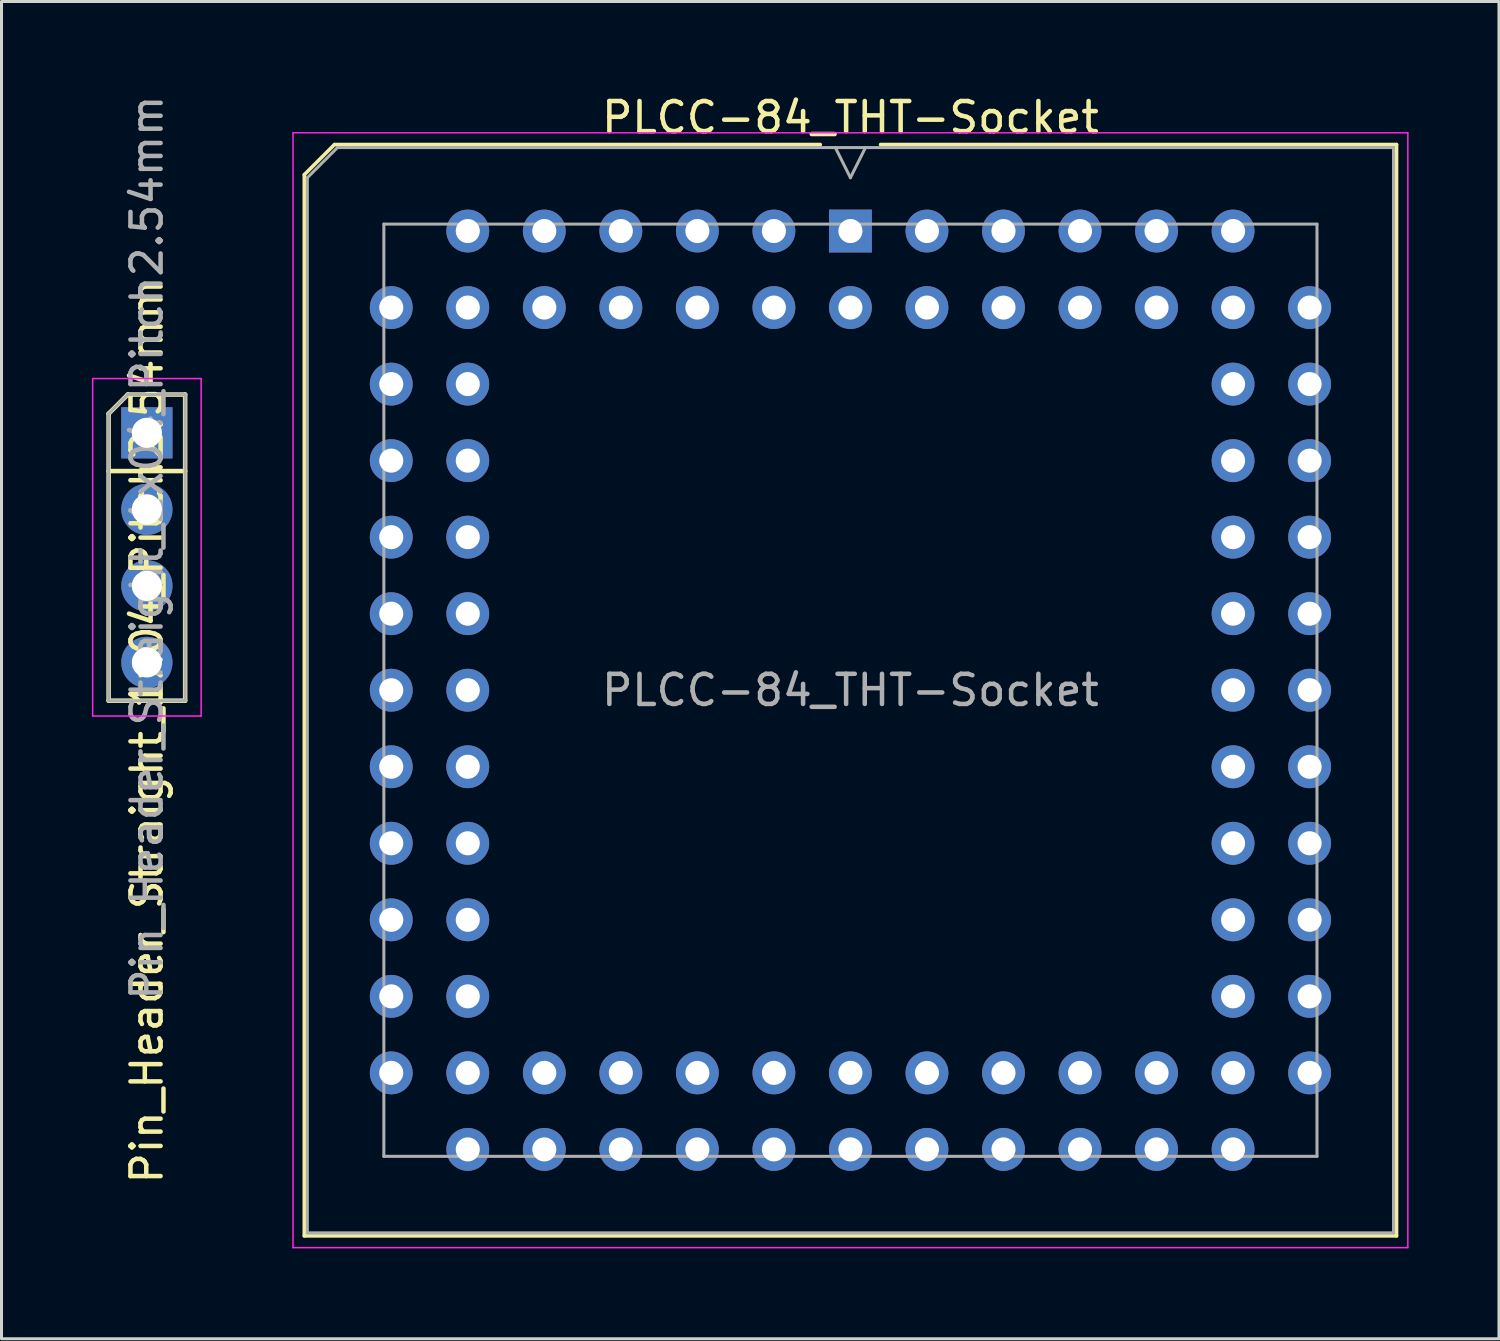
<source format=kicad_pcb>
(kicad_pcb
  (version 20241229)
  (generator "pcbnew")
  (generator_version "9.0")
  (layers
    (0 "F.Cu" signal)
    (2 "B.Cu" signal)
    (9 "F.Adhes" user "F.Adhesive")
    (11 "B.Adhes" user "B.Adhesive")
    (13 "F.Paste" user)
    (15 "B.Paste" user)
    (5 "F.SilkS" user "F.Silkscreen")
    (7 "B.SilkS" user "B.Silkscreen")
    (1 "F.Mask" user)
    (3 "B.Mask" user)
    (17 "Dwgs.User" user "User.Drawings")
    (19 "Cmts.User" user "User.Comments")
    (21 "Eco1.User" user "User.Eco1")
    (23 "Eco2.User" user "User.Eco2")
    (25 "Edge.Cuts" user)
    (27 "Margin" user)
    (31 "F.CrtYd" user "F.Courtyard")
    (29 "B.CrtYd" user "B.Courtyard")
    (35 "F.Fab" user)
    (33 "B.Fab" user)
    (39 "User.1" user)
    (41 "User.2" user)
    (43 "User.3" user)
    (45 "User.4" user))
  (footprint "Pin_Header_Straight_1x04_Pitch2.54mm"
    (layer "F.Cu")
    (at 1.825 11.315)
    (property "Reference" "Pin_Header_Straight_1x04_Pitch2.54mm" (at 0 9.906 90) (layer "F.SilkS") (effects (font (size 1 1) (thickness 0.15))))
    (attr through_hole)
    (fp_line (start -1.27 -0.635) (end -1.27 8.89) (stroke (width 0.15) (type solid)) (layer "F.SilkS"))
    (fp_line (start -1.27 8.89) (end 1.27 8.89) (stroke (width 0.15) (type solid)) (layer "F.SilkS"))
    (fp_line (start -0.635 -1.27) (end -1.27 -0.635) (stroke (width 0.15) (type solid)) (layer "F.SilkS"))
    (fp_line (start -0.635 -1.27) (end 1.27 -1.27) (stroke (width 0.15) (type solid)) (layer "F.SilkS"))
    (fp_line (start 1.27 1.27) (end -1.27 1.27) (stroke (width 0.15) (type solid)) (layer "F.SilkS"))
    (fp_line (start 1.27 8.89) (end 1.27 -1.27) (stroke (width 0.15) (type solid)) (layer "F.SilkS"))
    (fp_line (start -1.8 -1.8) (end -1.8 9.4) (stroke (width 0.05) (type solid)) (layer "F.CrtYd"))
    (fp_line (start -1.8 9.4) (end 1.8 9.4) (stroke (width 0.05) (type solid)) (layer "F.CrtYd"))
    (fp_line (start 1.8 -1.8) (end -1.8 -1.8) (stroke (width 0.05) (type solid)) (layer "F.CrtYd"))
    (fp_line (start 1.8 9.4) (end 1.8 -1.8) (stroke (width 0.05) (type solid)) (layer "F.CrtYd"))
    (fp_line (start -1.27 -0.635) (end -0.635 -1.27) (stroke (width 0.1) (type solid)) (layer "F.Fab"))
    (fp_line (start -1.27 8.89) (end -1.27 -0.635) (stroke (width 0.1) (type solid)) (layer "F.Fab"))
    (fp_line (start -0.635 -1.27) (end 1.27 -1.27) (stroke (width 0.1) (type solid)) (layer "F.Fab"))
    (fp_line (start 1.27 -1.27) (end 1.27 8.89) (stroke (width 0.1) (type solid)) (layer "F.Fab"))
    (fp_line (start 1.27 8.89) (end -1.27 8.89) (stroke (width 0.1) (type solid)) (layer "F.Fab"))
    (fp_text user "${REFERENCE}" (at 0 3.81 90) (layer "F.Fab") (effects (font (size 1 1) (thickness 0.15))))
    (pad "1" thru_hole rect (at 0 0) (size 1.7 1.7) (drill 1) (layers "*.Cu" "*.Mask"))
    (pad "2" thru_hole oval (at 0 2.54) (size 1.7 1.7) (drill 1) (layers "*.Cu" "*.Mask"))
    (pad "3" thru_hole oval (at 0 5.08) (size 1.7 1.7) (drill 1) (layers "*.Cu" "*.Mask"))
    (pad "4" thru_hole oval (at 0 7.62) (size 1.7 1.7) (drill 1) (layers "*.Cu" "*.Mask")))
  (footprint "PLCC-84_THT-Socket"
    (layer "F.Cu")
    (at 25.175 4.618)
    (property "Reference" "PLCC-84_THT-Socket" (at 0 -3.77 0) (layer "F.SilkS") (effects (font (size 1 1) (thickness 0.15))))
    (attr through_hole)
    (fp_line (start -18.125 -1.87) (end -18.125 33.35) (stroke (width 0.12) (type solid)) (layer "F.SilkS"))
    (fp_line (start -18.125 33.35) (end 18.125 33.35) (stroke (width 0.12) (type solid)) (layer "F.SilkS"))
    (fp_line (start -17.125 -2.87) (end -18.125 -1.87) (stroke (width 0.12) (type solid)) (layer "F.SilkS"))
    (fp_line (start -1 -2.87) (end -17.125 -2.87) (stroke (width 0.12) (type solid)) (layer "F.SilkS"))
    (fp_line (start 18.125 -2.87) (end 1 -2.87) (stroke (width 0.12) (type solid)) (layer "F.SilkS"))
    (fp_line (start 18.125 33.35) (end 18.125 -2.87) (stroke (width 0.12) (type solid)) (layer "F.SilkS"))
    (fp_line (start -18.5 -3.26) (end -18.5 33.74) (stroke (width 0.05) (type solid)) (layer "F.CrtYd"))
    (fp_line (start -18.5 33.74) (end 18.5 33.74) (stroke (width 0.05) (type solid)) (layer "F.CrtYd"))
    (fp_line (start 18.5 -3.26) (end -18.5 -3.26) (stroke (width 0.05) (type solid)) (layer "F.CrtYd"))
    (fp_line (start 18.5 33.74) (end 18.5 -3.26) (stroke (width 0.05) (type solid)) (layer "F.CrtYd"))
    (fp_line (start -18.025 -1.77) (end -18.025 33.25) (stroke (width 0.1) (type solid)) (layer "F.Fab"))
    (fp_line (start -18.025 33.25) (end 18.025 33.25) (stroke (width 0.1) (type solid)) (layer "F.Fab"))
    (fp_line (start -17.025 -2.77) (end -18.025 -1.77) (stroke (width 0.1) (type solid)) (layer "F.Fab"))
    (fp_line (start -15.485 -0.23) (end -15.485 30.71) (stroke (width 0.1) (type solid)) (layer "F.Fab"))
    (fp_line (start -15.485 30.71) (end 15.485 30.71) (stroke (width 0.1) (type solid)) (layer "F.Fab"))
    (fp_line (start -0.5 -2.77) (end 0 -1.77) (stroke (width 0.1) (type solid)) (layer "F.Fab"))
    (fp_line (start 0 -1.77) (end 0.5 -2.77) (stroke (width 0.1) (type solid)) (layer "F.Fab"))
    (fp_line (start 15.485 -0.23) (end -15.485 -0.23) (stroke (width 0.1) (type solid)) (layer "F.Fab"))
    (fp_line (start 15.485 30.71) (end 15.485 -0.23) (stroke (width 0.1) (type solid)) (layer "F.Fab"))
    (fp_line (start 18.025 -2.77) (end -17.025 -2.77) (stroke (width 0.1) (type solid)) (layer "F.Fab"))
    (fp_line (start 18.025 33.25) (end 18.025 -2.77) (stroke (width 0.1) (type solid)) (layer "F.Fab"))
    (fp_text user "${REFERENCE}" (at 0 15.24 0) (layer "F.Fab") (effects (font (size 1 1) (thickness 0.15))))
    (pad "1" thru_hole rect (at 0 0) (size 1.422 1.422) (drill 0.8) (layers "*.Cu" "*.Mask"))
    (pad "2" thru_hole circle (at 0 2.54) (size 1.422 1.422) (drill 0.8) (layers "*.Cu" "*.Mask"))
    (pad "3" thru_hole circle (at -2.54 0) (size 1.422 1.422) (drill 0.8) (layers "*.Cu" "*.Mask"))
    (pad "4" thru_hole circle (at -2.54 2.54) (size 1.422 1.422) (drill 0.8) (layers "*.Cu" "*.Mask"))
    (pad "5" thru_hole circle (at -5.08 0) (size 1.422 1.422) (drill 0.8) (layers "*.Cu" "*.Mask"))
    (pad "6" thru_hole circle (at -5.08 2.54) (size 1.422 1.422) (drill 0.8) (layers "*.Cu" "*.Mask"))
    (pad "7" thru_hole circle (at -7.62 0) (size 1.422 1.422) (drill 0.8) (layers "*.Cu" "*.Mask"))
    (pad "8" thru_hole circle (at -7.62 2.54) (size 1.422 1.422) (drill 0.8) (layers "*.Cu" "*.Mask"))
    (pad "9" thru_hole circle (at -10.16 0) (size 1.422 1.422) (drill 0.8) (layers "*.Cu" "*.Mask"))
    (pad "10" thru_hole circle (at -10.16 2.54) (size 1.422 1.422) (drill 0.8) (layers "*.Cu" "*.Mask"))
    (pad "11" thru_hole circle (at -12.7 0) (size 1.422 1.422) (drill 0.8) (layers "*.Cu" "*.Mask"))
    (pad "12" thru_hole circle (at -15.24 2.54) (size 1.422 1.422) (drill 0.8) (layers "*.Cu" "*.Mask"))
    (pad "13" thru_hole circle (at -12.7 2.54) (size 1.422 1.422) (drill 0.8) (layers "*.Cu" "*.Mask"))
    (pad "14" thru_hole circle (at -15.24 5.08) (size 1.422 1.422) (drill 0.8) (layers "*.Cu" "*.Mask"))
    (pad "15" thru_hole circle (at -12.7 5.08) (size 1.422 1.422) (drill 0.8) (layers "*.Cu" "*.Mask"))
    (pad "16" thru_hole circle (at -15.24 7.62) (size 1.422 1.422) (drill 0.8) (layers "*.Cu" "*.Mask"))
    (pad "17" thru_hole circle (at -12.7 7.62) (size 1.422 1.422) (drill 0.8) (layers "*.Cu" "*.Mask"))
    (pad "18" thru_hole circle (at -15.24 10.16) (size 1.422 1.422) (drill 0.8) (layers "*.Cu" "*.Mask"))
    (pad "19" thru_hole circle (at -12.7 10.16) (size 1.422 1.422) (drill 0.8) (layers "*.Cu" "*.Mask"))
    (pad "20" thru_hole circle (at -15.24 12.7) (size 1.422 1.422) (drill 0.8) (layers "*.Cu" "*.Mask"))
    (pad "21" thru_hole circle (at -12.7 12.7) (size 1.422 1.422) (drill 0.8) (layers "*.Cu" "*.Mask"))
    (pad "22" thru_hole circle (at -15.24 15.24) (size 1.422 1.422) (drill 0.8) (layers "*.Cu" "*.Mask"))
    (pad "23" thru_hole circle (at -12.7 15.24) (size 1.422 1.422) (drill 0.8) (layers "*.Cu" "*.Mask"))
    (pad "24" thru_hole circle (at -15.24 17.78) (size 1.422 1.422) (drill 0.8) (layers "*.Cu" "*.Mask"))
    (pad "25" thru_hole circle (at -12.7 17.78) (size 1.422 1.422) (drill 0.8) (layers "*.Cu" "*.Mask"))
    (pad "26" thru_hole circle (at -15.24 20.32) (size 1.422 1.422) (drill 0.8) (layers "*.Cu" "*.Mask"))
    (pad "27" thru_hole circle (at -12.7 20.32) (size 1.422 1.422) (drill 0.8) (layers "*.Cu" "*.Mask"))
    (pad "28" thru_hole circle (at -15.24 22.86) (size 1.422 1.422) (drill 0.8) (layers "*.Cu" "*.Mask"))
    (pad "29" thru_hole circle (at -12.7 22.86) (size 1.422 1.422) (drill 0.8) (layers "*.Cu" "*.Mask"))
    (pad "30" thru_hole circle (at -15.24 25.4) (size 1.422 1.422) (drill 0.8) (layers "*.Cu" "*.Mask"))
    (pad "31" thru_hole circle (at -12.7 25.4) (size 1.422 1.422) (drill 0.8) (layers "*.Cu" "*.Mask"))
    (pad "32" thru_hole circle (at -15.24 27.94) (size 1.422 1.422) (drill 0.8) (layers "*.Cu" "*.Mask"))
    (pad "33" thru_hole circle (at -12.7 30.48) (size 1.422 1.422) (drill 0.8) (layers "*.Cu" "*.Mask"))
    (pad "34" thru_hole circle (at -12.7 27.94) (size 1.422 1.422) (drill 0.8) (layers "*.Cu" "*.Mask"))
    (pad "35" thru_hole circle (at -10.16 30.48) (size 1.422 1.422) (drill 0.8) (layers "*.Cu" "*.Mask"))
    (pad "36" thru_hole circle (at -10.16 27.94) (size 1.422 1.422) (drill 0.8) (layers "*.Cu" "*.Mask"))
    (pad "37" thru_hole circle (at -7.62 30.48) (size 1.422 1.422) (drill 0.8) (layers "*.Cu" "*.Mask"))
    (pad "38" thru_hole circle (at -7.62 27.94) (size 1.422 1.422) (drill 0.8) (layers "*.Cu" "*.Mask"))
    (pad "39" thru_hole circle (at -5.08 30.48) (size 1.422 1.422) (drill 0.8) (layers "*.Cu" "*.Mask"))
    (pad "40" thru_hole circle (at -5.08 27.94) (size 1.422 1.422) (drill 0.8) (layers "*.Cu" "*.Mask"))
    (pad "41" thru_hole circle (at -2.54 30.48) (size 1.422 1.422) (drill 0.8) (layers "*.Cu" "*.Mask"))
    (pad "42" thru_hole circle (at -2.54 27.94) (size 1.422 1.422) (drill 0.8) (layers "*.Cu" "*.Mask"))
    (pad "43" thru_hole circle (at 0 30.48) (size 1.422 1.422) (drill 0.8) (layers "*.Cu" "*.Mask"))
    (pad "44" thru_hole circle (at 0 27.94) (size 1.422 1.422) (drill 0.8) (layers "*.Cu" "*.Mask"))
    (pad "45" thru_hole circle (at 2.54 30.48) (size 1.422 1.422) (drill 0.8) (layers "*.Cu" "*.Mask"))
    (pad "46" thru_hole circle (at 2.54 27.94) (size 1.422 1.422) (drill 0.8) (layers "*.Cu" "*.Mask"))
    (pad "47" thru_hole circle (at 5.08 30.48) (size 1.422 1.422) (drill 0.8) (layers "*.Cu" "*.Mask"))
    (pad "48" thru_hole circle (at 5.08 27.94) (size 1.422 1.422) (drill 0.8) (layers "*.Cu" "*.Mask"))
    (pad "49" thru_hole circle (at 7.62 30.48) (size 1.422 1.422) (drill 0.8) (layers "*.Cu" "*.Mask"))
    (pad "50" thru_hole circle (at 7.62 27.94) (size 1.422 1.422) (drill 0.8) (layers "*.Cu" "*.Mask"))
    (pad "51" thru_hole circle (at 10.16 30.48) (size 1.422 1.422) (drill 0.8) (layers "*.Cu" "*.Mask"))
    (pad "52" thru_hole circle (at 10.16 27.94) (size 1.422 1.422) (drill 0.8) (layers "*.Cu" "*.Mask"))
    (pad "53" thru_hole circle (at 12.7 30.48) (size 1.422 1.422) (drill 0.8) (layers "*.Cu" "*.Mask"))
    (pad "54" thru_hole circle (at 15.24 27.94) (size 1.422 1.422) (drill 0.8) (layers "*.Cu" "*.Mask"))
    (pad "55" thru_hole circle (at 12.7 27.94) (size 1.422 1.422) (drill 0.8) (layers "*.Cu" "*.Mask"))
    (pad "56" thru_hole circle (at 15.24 25.4) (size 1.422 1.422) (drill 0.8) (layers "*.Cu" "*.Mask"))
    (pad "57" thru_hole circle (at 12.7 25.4) (size 1.422 1.422) (drill 0.8) (layers "*.Cu" "*.Mask"))
    (pad "58" thru_hole circle (at 15.24 22.86) (size 1.422 1.422) (drill 0.8) (layers "*.Cu" "*.Mask"))
    (pad "59" thru_hole circle (at 12.7 22.86) (size 1.422 1.422) (drill 0.8) (layers "*.Cu" "*.Mask"))
    (pad "60" thru_hole circle (at 15.24 20.32) (size 1.422 1.422) (drill 0.8) (layers "*.Cu" "*.Mask"))
    (pad "61" thru_hole circle (at 12.7 20.32) (size 1.422 1.422) (drill 0.8) (layers "*.Cu" "*.Mask"))
    (pad "62" thru_hole circle (at 15.24 17.78) (size 1.422 1.422) (drill 0.8) (layers "*.Cu" "*.Mask"))
    (pad "63" thru_hole circle (at 12.7 17.78) (size 1.422 1.422) (drill 0.8) (layers "*.Cu" "*.Mask"))
    (pad "64" thru_hole circle (at 15.24 15.24) (size 1.422 1.422) (drill 0.8) (layers "*.Cu" "*.Mask"))
    (pad "65" thru_hole circle (at 12.7 15.24) (size 1.422 1.422) (drill 0.8) (layers "*.Cu" "*.Mask"))
    (pad "66" thru_hole circle (at 15.24 12.7) (size 1.422 1.422) (drill 0.8) (layers "*.Cu" "*.Mask"))
    (pad "67" thru_hole circle (at 12.7 12.7) (size 1.422 1.422) (drill 0.8) (layers "*.Cu" "*.Mask"))
    (pad "68" thru_hole circle (at 15.24 10.16) (size 1.422 1.422) (drill 0.8) (layers "*.Cu" "*.Mask"))
    (pad "69" thru_hole circle (at 12.7 10.16) (size 1.422 1.422) (drill 0.8) (layers "*.Cu" "*.Mask"))
    (pad "70" thru_hole circle (at 15.24 7.62) (size 1.422 1.422) (drill 0.8) (layers "*.Cu" "*.Mask"))
    (pad "71" thru_hole circle (at 12.7 7.62) (size 1.422 1.422) (drill 0.8) (layers "*.Cu" "*.Mask"))
    (pad "72" thru_hole circle (at 15.24 5.08) (size 1.422 1.422) (drill 0.8) (layers "*.Cu" "*.Mask"))
    (pad "73" thru_hole circle (at 12.7 5.08) (size 1.422 1.422) (drill 0.8) (layers "*.Cu" "*.Mask"))
    (pad "74" thru_hole circle (at 15.24 2.54) (size 1.422 1.422) (drill 0.8) (layers "*.Cu" "*.Mask"))
    (pad "75" thru_hole circle (at 12.7 0) (size 1.422 1.422) (drill 0.8) (layers "*.Cu" "*.Mask"))
    (pad "76" thru_hole circle (at 12.7 2.54) (size 1.422 1.422) (drill 0.8) (layers "*.Cu" "*.Mask"))
    (pad "77" thru_hole circle (at 10.16 0) (size 1.422 1.422) (drill 0.8) (layers "*.Cu" "*.Mask"))
    (pad "78" thru_hole circle (at 10.16 2.54) (size 1.422 1.422) (drill 0.8) (layers "*.Cu" "*.Mask"))
    (pad "79" thru_hole circle (at 7.62 0) (size 1.422 1.422) (drill 0.8) (layers "*.Cu" "*.Mask"))
    (pad "80" thru_hole circle (at 7.62 2.54) (size 1.422 1.422) (drill 0.8) (layers "*.Cu" "*.Mask"))
    (pad "81" thru_hole circle (at 5.08 0) (size 1.422 1.422) (drill 0.8) (layers "*.Cu" "*.Mask"))
    (pad "82" thru_hole circle (at 5.08 2.54) (size 1.422 1.422) (drill 0.8) (layers "*.Cu" "*.Mask"))
    (pad "83" thru_hole circle (at 2.54 0) (size 1.422 1.422) (drill 0.8) (layers "*.Cu" "*.Mask"))
    (pad "84" thru_hole circle (at 2.54 2.54) (size 1.422 1.422) (drill 0.8) (layers "*.Cu" "*.Mask")))
  (gr_rect
    (start -3 -3)
    (end 46.7 41.383)
    (stroke (width 0.1) (type default))
    (fill no)
    (layer "Edge.Cuts")))
</source>
